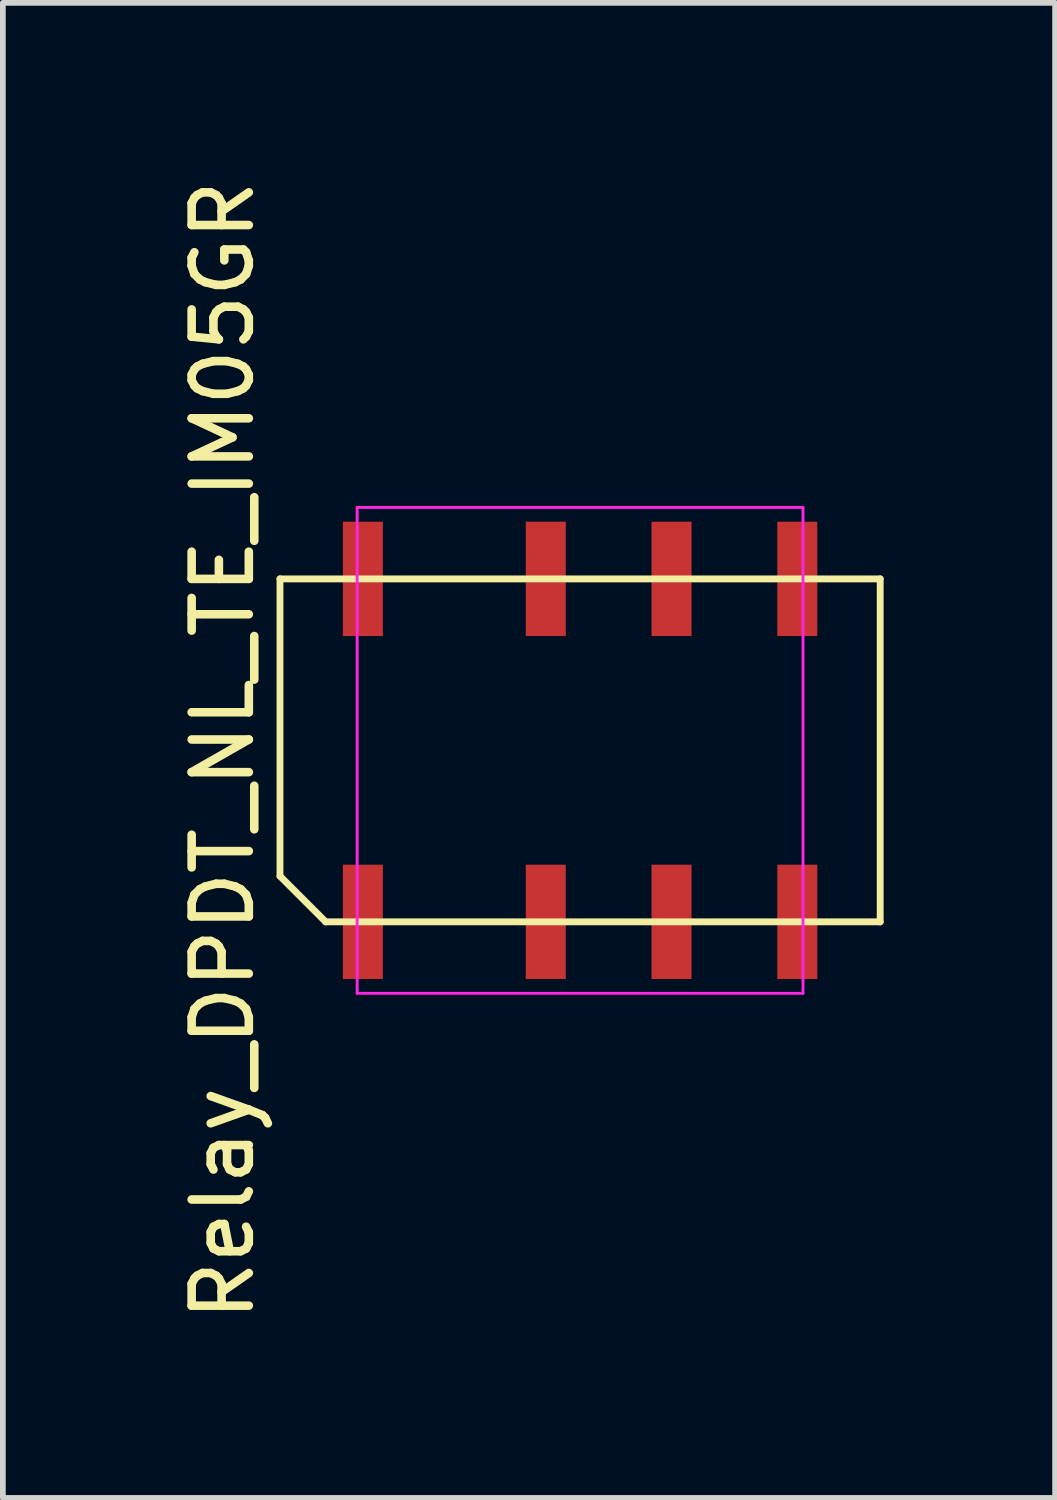
<source format=kicad_pcb>
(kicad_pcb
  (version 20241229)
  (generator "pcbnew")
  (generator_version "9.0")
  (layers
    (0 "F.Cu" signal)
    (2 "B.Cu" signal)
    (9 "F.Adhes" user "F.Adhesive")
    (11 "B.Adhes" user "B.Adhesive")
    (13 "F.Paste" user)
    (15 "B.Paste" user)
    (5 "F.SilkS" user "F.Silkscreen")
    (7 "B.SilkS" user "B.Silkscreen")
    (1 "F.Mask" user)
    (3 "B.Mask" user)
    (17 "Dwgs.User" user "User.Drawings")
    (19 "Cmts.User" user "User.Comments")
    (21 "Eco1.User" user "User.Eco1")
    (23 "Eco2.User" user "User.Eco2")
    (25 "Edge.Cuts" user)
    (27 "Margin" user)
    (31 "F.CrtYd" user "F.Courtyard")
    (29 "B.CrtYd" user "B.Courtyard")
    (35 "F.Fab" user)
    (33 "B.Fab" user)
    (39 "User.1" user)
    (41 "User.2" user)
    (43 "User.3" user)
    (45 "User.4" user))
  (footprint "Relay_DPDT_NL_TE_IM05GR"
    (layer "F.Cu")
    (at 7.098 10.077)
    (property "Reference" "Relay_DPDT_NL_TE_IM05GR" (at -6.25 0 90) (layer "F.SilkS") (effects (font (size 1 1) (thickness 0.15))))
    (attr smd)
    (fp_line (start -5.25 -3) (end 5.25 -3) (stroke (width 0.12) (type solid)) (layer "F.SilkS"))
    (fp_line (start -5.25 2.2) (end -5.25 -3) (stroke (width 0.12) (type solid)) (layer "F.SilkS"))
    (fp_line (start -4.45 3) (end -5.25 2.2) (stroke (width 0.12) (type solid)) (layer "F.SilkS"))
    (fp_line (start 5.25 -3) (end 5.25 3) (stroke (width 0.12) (type solid)) (layer "F.SilkS"))
    (fp_line (start 5.25 3) (end -4.45 3) (stroke (width 0.12) (type solid)) (layer "F.SilkS"))
    (fp_line (start -3.9 -4.25) (end 3.9 -4.25) (stroke (width 0.05) (type solid)) (layer "F.CrtYd"))
    (fp_line (start -3.9 4.25) (end -3.9 -4.25) (stroke (width 0.05) (type solid)) (layer "F.CrtYd"))
    (fp_line (start 3.9 -4.25) (end 3.9 4.25) (stroke (width 0.05) (type solid)) (layer "F.CrtYd"))
    (fp_line (start 3.9 4.25) (end -3.9 4.25) (stroke (width 0.05) (type solid)) (layer "F.CrtYd"))
    (pad "1" smd rect (at -3.8 3) (size 0.7 2) (layers "F.Cu" "F.Mask" "F.Paste"))
    (pad "2" smd rect (at -0.6 3) (size 0.7 2) (layers "F.Cu" "F.Mask" "F.Paste"))
    (pad "3" smd rect (at 1.6 3) (size 0.7 2) (layers "F.Cu" "F.Mask" "F.Paste"))
    (pad "4" smd rect (at 3.8 3) (size 0.7 2) (layers "F.Cu" "F.Mask" "F.Paste"))
    (pad "5" smd rect (at 3.8 -3) (size 0.7 2) (layers "F.Cu" "F.Mask" "F.Paste"))
    (pad "6" smd rect (at 1.6 -3) (size 0.7 2) (layers "F.Cu" "F.Mask" "F.Paste"))
    (pad "7" smd rect (at -0.6 -3) (size 0.7 2) (layers "F.Cu" "F.Mask" "F.Paste"))
    (pad "8" smd rect (at -3.8 -3) (size 0.7 2) (layers "F.Cu" "F.Mask" "F.Paste")))
  (gr_rect
    (start -3 -3)
    (end 15.408 23.155)
    (stroke (width 0.1) (type default))
    (fill no)
    (layer "Edge.Cuts")))
</source>
